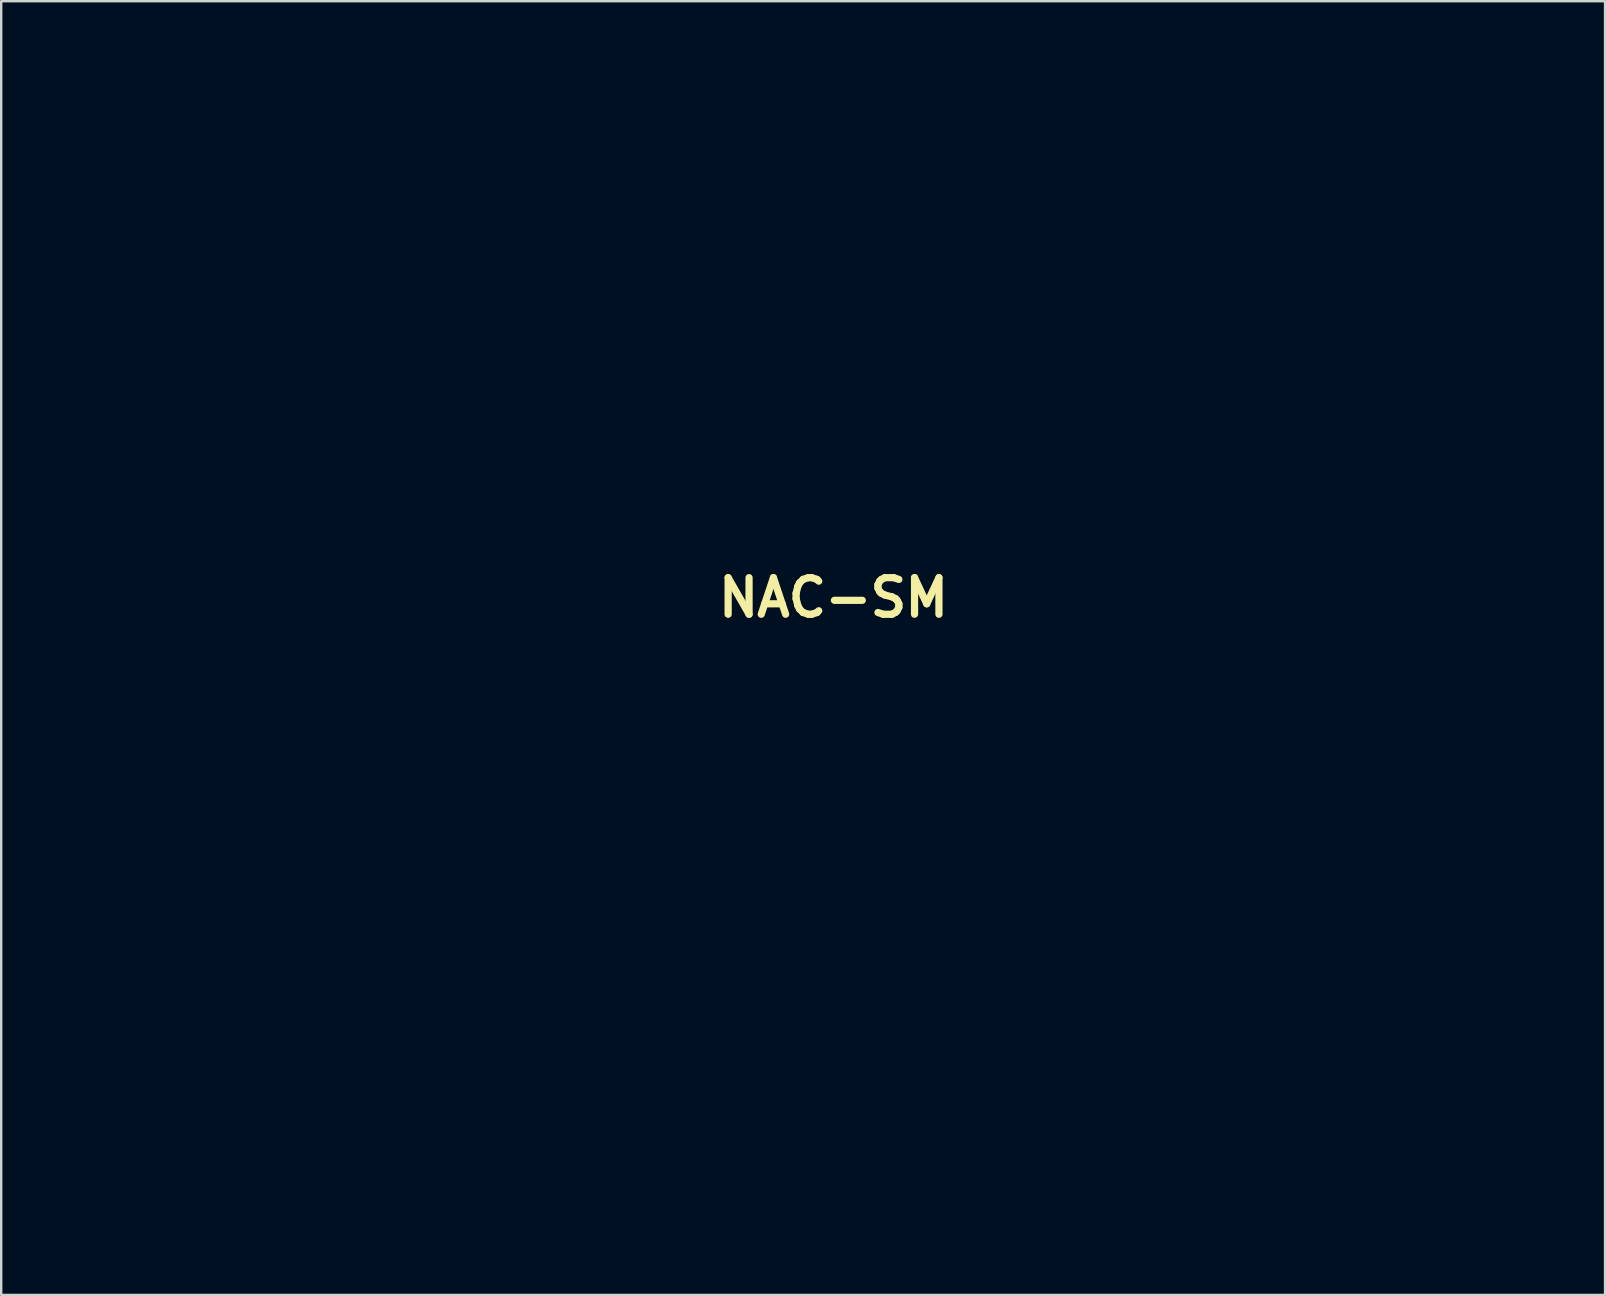
<source format=kicad_pcb>
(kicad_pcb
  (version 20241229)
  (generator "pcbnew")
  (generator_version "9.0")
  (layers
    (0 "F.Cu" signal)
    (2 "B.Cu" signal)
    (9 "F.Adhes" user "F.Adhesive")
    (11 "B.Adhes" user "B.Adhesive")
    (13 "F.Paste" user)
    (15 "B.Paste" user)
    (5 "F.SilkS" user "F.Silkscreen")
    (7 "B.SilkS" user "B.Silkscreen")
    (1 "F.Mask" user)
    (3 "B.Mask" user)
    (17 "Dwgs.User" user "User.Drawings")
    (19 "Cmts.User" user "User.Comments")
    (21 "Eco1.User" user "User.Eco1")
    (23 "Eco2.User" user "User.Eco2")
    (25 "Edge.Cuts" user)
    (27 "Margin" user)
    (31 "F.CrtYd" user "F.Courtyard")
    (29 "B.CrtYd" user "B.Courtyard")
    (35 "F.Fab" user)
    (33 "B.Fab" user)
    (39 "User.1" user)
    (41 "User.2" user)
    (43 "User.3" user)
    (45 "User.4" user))
  (footprint "NAC-SM"
    (layer "F.Cu")
    (at 31.674 21.849)
    (property "Reference" "NAC-SM" (at 0 0 0) (layer "F.SilkS") (effects (font (size 1.524 1.524) (thickness 0.3))))
    (attr through_hole)
    (fp_poly (pts (xy -2.665 -21.394) (xy -2.646 -21.285) (xy -2.67 -21.145) (xy -2.731 -20.904) (xy -2.802 -20.785) (xy -2.921 -20.746) (xy -3.021 -20.743) (xy -3.167 -20.76) (xy -3.209 -20.844) (xy -3.184 -21.014) (xy -3.087 -21.276) (xy -2.914 -21.4) (xy -2.766 -21.419) (xy -2.665 -21.394)) (stroke (width 0.01) (type solid)) (fill yes) (layer "F.Mask"))
    (fp_poly (pts (xy 0.754 -21.832) (xy 0.799 -21.762) (xy 0.76 -21.583) (xy 0.758 -21.575) (xy 0.637 -21.31) (xy 0.452 -21.186) (xy 0.312 -21.168) (xy 0.198 -21.215) (xy 0.199 -21.315) (xy 0.282 -21.599) (xy 0.348 -21.758) (xy 0.425 -21.827) (xy 0.54 -21.844) (xy 0.592 -21.844) (xy 0.754 -21.832)) (stroke (width 0.01) (type solid)) (fill yes) (layer "F.Mask"))
    (fp_poly (pts (xy 0.446 -20.718) (xy 0.508 -20.663) (xy 0.488 -20.553) (xy 0.434 -20.309) (xy 0.351 -19.959) (xy 0.247 -19.532) (xy 0.159 -19.175) (xy -0.19 -17.78) (xy -0.435 -17.78) (xy -0.605 -17.796) (xy -0.648 -17.879) (xy -0.622 -18.013) (xy -0.581 -18.176) (xy -0.507 -18.468) (xy -0.411 -18.852) (xy -0.301 -19.292) (xy -0.255 -19.473) (xy -0.136 -19.946) (xy -0.045 -20.28) (xy 0.027 -20.499) (xy 0.091 -20.629) (xy 0.158 -20.695) (xy 0.239 -20.722) (xy 0.28 -20.728) (xy 0.446 -20.718)) (stroke (width 0.01) (type solid)) (fill yes) (layer "F.Mask"))
    (fp_poly (pts (xy -2.95 -20.302) (xy -2.908 -20.22) (xy -2.926 -20.13) (xy -2.965 -19.981) (xy -3.038 -19.704) (xy -3.135 -19.334) (xy -3.247 -18.906) (xy -3.287 -18.754) (xy -3.41 -18.291) (xy -3.503 -17.966) (xy -3.576 -17.755) (xy -3.642 -17.632) (xy -3.712 -17.57) (xy -3.797 -17.546) (xy -3.831 -17.542) (xy -4.004 -17.552) (xy -4.064 -17.611) (xy -4.043 -17.723) (xy -3.985 -17.967) (xy -3.897 -18.315) (xy -3.787 -18.735) (xy -3.713 -19.014) (xy -3.581 -19.502) (xy -3.482 -19.85) (xy -3.405 -20.082) (xy -3.34 -20.222) (xy -3.276 -20.292) (xy -3.202 -20.317) (xy -3.119 -20.32) (xy -2.95 -20.302)) (stroke (width 0.01) (type solid)) (fill yes) (layer "F.Mask"))
    (fp_poly (pts (xy -2.814 -7.189) (xy -2.768 -7.181) (xy -2.601 -7.083) (xy -2.555 -6.962) (xy -2.528 -6.769) (xy -2.273 -6.983) (xy -2.032 -7.156) (xy -1.883 -7.188) (xy -1.823 -7.077) (xy -1.851 -6.821) (xy -1.876 -6.711) (xy -1.963 -6.472) (xy -2.06 -6.401) (xy -2.076 -6.405) (xy -2.262 -6.396) (xy -2.468 -6.276) (xy -2.636 -6.082) (xy -2.64 -6.073) (xy -2.706 -5.912) (xy -2.798 -5.633) (xy -2.902 -5.28) (xy -2.966 -5.043) (xy -3.066 -4.691) (xy -3.158 -4.409) (xy -3.232 -4.231) (xy -3.266 -4.187) (xy -3.407 -4.19) (xy -3.524 -4.208) (xy -3.594 -4.226) (xy -3.636 -4.266) (xy -3.647 -4.353) (xy -3.625 -4.514) (xy -3.569 -4.775) (xy -3.474 -5.161) (xy -3.414 -5.402) (xy -3.267 -5.992) (xy -3.154 -6.437) (xy -3.07 -6.758) (xy -3.006 -6.975) (xy -2.956 -7.106) (xy -2.911 -7.173) (xy -2.867 -7.193) (xy -2.814 -7.189)) (stroke (width 0.01) (type solid)) (fill yes) (layer "F.Mask"))
    (fp_poly (pts (xy -4.978 -13.953) (xy -4.734 -13.811) (xy -4.574 -13.543) (xy -4.512 -13.162) (xy -4.527 -12.902) (xy -4.617 -12.496) (xy -4.776 -12.078) (xy -4.979 -11.695) (xy -5.201 -11.395) (xy -5.366 -11.253) (xy -5.696 -11.12) (xy -6.021 -11.106) (xy -6.29 -11.209) (xy -6.345 -11.256) (xy -6.505 -11.528) (xy -6.564 -11.89) (xy -6.543 -12.149) (xy -6.039 -12.149) (xy -6.006 -11.842) (xy -5.896 -11.671) (xy -5.733 -11.637) (xy -5.542 -11.742) (xy -5.347 -11.986) (xy -5.278 -12.113) (xy -5.111 -12.53) (xy -5.039 -12.882) (xy -5.059 -13.151) (xy -5.168 -13.317) (xy -5.365 -13.361) (xy -5.44 -13.348) (xy -5.633 -13.222) (xy -5.81 -12.972) (xy -5.949 -12.641) (xy -6.029 -12.273) (xy -6.039 -12.149) (xy -6.543 -12.149) (xy -6.53 -12.307) (xy -6.414 -12.741) (xy -6.227 -13.157) (xy -5.977 -13.518) (xy -5.676 -13.786) (xy -5.648 -13.804) (xy -5.288 -13.955) (xy -4.978 -13.953)) (stroke (width 0.01) (type solid)) (fill yes) (layer "F.Mask"))
    (fp_poly (pts (xy -10.631 -7.883) (xy -10.386 -7.679) (xy -10.257 -7.379) (xy -10.245 -7.243) (xy -10.258 -7.042) (xy -10.328 -6.959) (xy -10.498 -6.943) (xy -10.499 -6.943) (xy -10.687 -6.971) (xy -10.751 -7.072) (xy -10.753 -7.102) (xy -10.824 -7.305) (xy -10.999 -7.416) (xy -11.173 -7.409) (xy -11.346 -7.28) (xy -11.506 -7.037) (xy -11.638 -6.728) (xy -11.725 -6.403) (xy -11.751 -6.112) (xy -11.698 -5.903) (xy -11.684 -5.885) (xy -11.523 -5.771) (xy -11.339 -5.807) (xy -11.115 -5.999) (xy -11.106 -6.009) (xy -10.91 -6.18) (xy -10.737 -6.22) (xy -10.688 -6.21) (xy -10.553 -6.167) (xy -10.513 -6.102) (xy -10.565 -5.972) (xy -10.676 -5.786) (xy -10.917 -5.511) (xy -11.218 -5.327) (xy -11.537 -5.249) (xy -11.829 -5.292) (xy -11.945 -5.358) (xy -12.173 -5.635) (xy -12.267 -6.009) (xy -12.228 -6.473) (xy -12.104 -6.891) (xy -11.893 -7.306) (xy -11.616 -7.642) (xy -11.302 -7.868) (xy -10.983 -7.958) (xy -10.96 -7.959) (xy -10.631 -7.883)) (stroke (width 0.01) (type solid)) (fill yes) (layer "F.Mask"))
    (fp_poly (pts (xy -5.262 -20.948) (xy -5.287 -20.757) (xy -5.295 -20.712) (xy -5.355 -20.504) (xy -5.47 -20.404) (xy -5.661 -20.358) (xy -5.889 -20.317) (xy -6.046 -20.283) (xy -6.059 -20.28) (xy -6.11 -20.193) (xy -6.194 -19.969) (xy -6.305 -19.634) (xy -6.432 -19.214) (xy -6.561 -18.762) (xy -6.971 -17.272) (xy -7.247 -17.272) (xy -7.431 -17.282) (xy -7.488 -17.345) (xy -7.454 -17.513) (xy -7.444 -17.547) (xy -7.391 -17.732) (xy -7.305 -18.039) (xy -7.196 -18.428) (xy -7.077 -18.857) (xy -7.063 -18.91) (xy -6.948 -19.322) (xy -6.847 -19.68) (xy -6.769 -19.949) (xy -6.724 -20.095) (xy -6.72 -20.107) (xy -6.735 -20.171) (xy -6.866 -20.188) (xy -7.074 -20.171) (xy -7.311 -20.149) (xy -7.418 -20.166) (xy -7.432 -20.239) (xy -7.408 -20.329) (xy -7.342 -20.518) (xy -7.261 -20.651) (xy -7.134 -20.743) (xy -6.927 -20.81) (xy -6.61 -20.87) (xy -6.25 -20.923) (xy -5.869 -20.975) (xy -5.554 -21.015) (xy -5.342 -21.036) (xy -5.265 -21.037) (xy -5.262 -20.948)) (stroke (width 0.01) (type solid)) (fill yes) (layer "F.Mask"))
    (fp_poly (pts (xy -6.652 -13.837) (xy -6.569 -13.713) (xy -6.531 -13.536) (xy -6.542 -13.282) (xy -6.603 -12.928) (xy -6.717 -12.449) (xy -6.787 -12.181) (xy -6.9 -11.761) (xy -6.984 -11.479) (xy -7.052 -11.306) (xy -7.119 -11.216) (xy -7.197 -11.181) (xy -7.295 -11.176) (xy -7.467 -11.195) (xy -7.534 -11.239) (xy -7.513 -11.344) (xy -7.455 -11.572) (xy -7.372 -11.883) (xy -7.323 -12.064) (xy -7.195 -12.564) (xy -7.13 -12.924) (xy -7.125 -13.165) (xy -7.181 -13.305) (xy -7.246 -13.35) (xy -7.43 -13.336) (xy -7.613 -13.153) (xy -7.794 -12.802) (xy -7.974 -12.282) (xy -8.024 -12.107) (xy -8.139 -11.707) (xy -8.228 -11.443) (xy -8.306 -11.288) (xy -8.385 -11.212) (xy -8.453 -11.191) (xy -8.619 -11.218) (xy -8.684 -11.286) (xy -8.677 -11.408) (xy -8.629 -11.666) (xy -8.544 -12.034) (xy -8.429 -12.485) (xy -8.292 -12.993) (xy -8.137 -13.533) (xy -8.076 -13.737) (xy -7.981 -13.844) (xy -7.826 -13.886) (xy -7.682 -13.858) (xy -7.62 -13.76) (xy -7.594 -13.692) (xy -7.494 -13.717) (xy -7.345 -13.802) (xy -7.052 -13.942) (xy -6.829 -13.949) (xy -6.652 -13.837)) (stroke (width 0.01) (type solid)) (fill yes) (layer "F.Mask"))
    (fp_poly (pts (xy -1.559 -20.537) (xy -1.365 -20.411) (xy -1.24 -20.189) (xy -1.219 -19.938) (xy -1.231 -19.885) (xy -1.343 -19.757) (xy -1.52 -19.737) (xy -1.695 -19.822) (xy -1.758 -19.897) (xy -1.888 -20.041) (xy -2.029 -20.035) (xy -2.199 -19.899) (xy -2.319 -19.716) (xy -2.276 -19.565) (xy -2.068 -19.44) (xy -1.944 -19.398) (xy -1.708 -19.292) (xy -1.54 -19.156) (xy -1.518 -19.123) (xy -1.464 -18.863) (xy -1.515 -18.541) (xy -1.653 -18.208) (xy -1.856 -17.917) (xy -2.049 -17.751) (xy -2.31 -17.633) (xy -2.603 -17.569) (xy -2.846 -17.574) (xy -2.879 -17.584) (xy -3.094 -17.747) (xy -3.205 -18.026) (xy -3.217 -18.177) (xy -3.201 -18.367) (xy -3.159 -18.457) (xy -3.154 -18.458) (xy -3.028 -18.479) (xy -2.907 -18.509) (xy -2.761 -18.512) (xy -2.7 -18.388) (xy -2.695 -18.36) (xy -2.603 -18.193) (xy -2.43 -18.125) (xy -2.24 -18.166) (xy -2.143 -18.254) (xy -2.039 -18.458) (xy -2.073 -18.622) (xy -2.256 -18.77) (xy -2.466 -18.869) (xy -2.901 -19.05) (xy -2.858 -19.43) (xy -2.747 -19.826) (xy -2.53 -20.161) (xy -2.238 -20.41) (xy -1.903 -20.544) (xy -1.559 -20.537)) (stroke (width 0.01) (type solid)) (fill yes) (layer "F.Mask"))
    (fp_poly (pts (xy 1.963 -20.888) (xy 2.028 -20.832) (xy 2.167 -20.614) (xy 2.199 -20.384) (xy 2.129 -20.192) (xy 1.965 -20.087) (xy 1.937 -20.083) (xy 1.754 -20.101) (xy 1.67 -20.231) (xy 1.572 -20.372) (xy 1.418 -20.401) (xy 1.258 -20.337) (xy 1.14 -20.2) (xy 1.115 -20.011) (xy 1.116 -20.007) (xy 1.211 -19.876) (xy 1.399 -19.772) (xy 1.406 -19.77) (xy 1.723 -19.626) (xy 1.896 -19.435) (xy 1.947 -19.177) (xy 1.871 -18.73) (xy 1.66 -18.328) (xy 1.344 -18.015) (xy 1.074 -17.87) (xy 0.874 -17.802) (xy 0.736 -17.797) (xy 0.564 -17.853) (xy 0.528 -17.868) (xy 0.339 -18.024) (xy 0.219 -18.276) (xy 0.199 -18.553) (xy 0.209 -18.602) (xy 0.313 -18.762) (xy 0.475 -18.804) (xy 0.631 -18.731) (xy 0.712 -18.584) (xy 0.814 -18.42) (xy 0.978 -18.378) (xy 1.161 -18.446) (xy 1.321 -18.613) (xy 1.395 -18.777) (xy 1.409 -18.903) (xy 1.337 -18.999) (xy 1.147 -19.103) (xy 1.076 -19.136) (xy 0.765 -19.294) (xy 0.593 -19.448) (xy 0.534 -19.632) (xy 0.553 -19.838) (xy 0.678 -20.217) (xy 0.884 -20.54) (xy 1.143 -20.787) (xy 1.428 -20.939) (xy 1.71 -20.979) (xy 1.963 -20.888)) (stroke (width 0.01) (type solid)) (fill yes) (layer "F.Mask"))
    (fp_poly (pts (xy -3.226 -14.753) (xy -3.242 -14.587) (xy -3.254 -14.521) (xy -3.305 -14.282) (xy -3.353 -14.105) (xy -3.358 -14.091) (xy -3.338 -13.992) (xy -3.226 -13.97) (xy -3.079 -13.917) (xy -3.048 -13.837) (xy -3.102 -13.609) (xy -3.234 -13.436) (xy -3.379 -13.377) (xy -3.465 -13.345) (xy -3.542 -13.23) (xy -3.623 -13.004) (xy -3.715 -12.661) (xy -3.816 -12.244) (xy -3.872 -11.964) (xy -3.884 -11.795) (xy -3.854 -11.71) (xy -3.784 -11.684) (xy -3.768 -11.684) (xy -3.666 -11.642) (xy -3.649 -11.497) (xy -3.694 -11.282) (xy -3.764 -11.151) (xy -3.913 -11.098) (xy -4.06 -11.091) (xy -4.28 -11.105) (xy -4.419 -11.14) (xy -4.431 -11.148) (xy -4.479 -11.275) (xy -4.472 -11.517) (xy -4.409 -11.888) (xy -4.287 -12.402) (xy -4.276 -12.446) (xy -4.172 -12.848) (xy -4.108 -13.113) (xy -4.081 -13.271) (xy -4.088 -13.349) (xy -4.128 -13.375) (xy -4.199 -13.377) (xy -4.2 -13.377) (xy -4.291 -13.414) (xy -4.291 -13.552) (xy -4.278 -13.61) (xy -4.231 -13.781) (xy -4.205 -13.852) (xy -4.129 -13.893) (xy -4.022 -13.951) (xy -3.889 -14.097) (xy -3.781 -14.348) (xy -3.764 -14.408) (xy -3.692 -14.643) (xy -3.597 -14.758) (xy -3.441 -14.802) (xy -3.436 -14.802) (xy -3.281 -14.81) (xy -3.226 -14.753)) (stroke (width 0.01) (type solid)) (fill yes) (layer "F.Mask"))
    (fp_poly (pts (xy 26.152 -13.75) (xy 26.798 -13.564) (xy 26.976 -13.481) (xy 27.604 -13.068) (xy 28.13 -12.525) (xy 28.55 -11.861) (xy 28.86 -11.084) (xy 29.057 -10.204) (xy 29.134 -9.227) (xy 29.135 -9.059) (xy 29.055 -8.163) (xy 28.824 -7.332) (xy 28.451 -6.579) (xy 27.942 -5.915) (xy 27.306 -5.354) (xy 26.624 -4.943) (xy 26.041 -4.721) (xy 25.432 -4.605) (xy 24.847 -4.601) (xy 24.408 -4.689) (xy 23.778 -4.98) (xy 23.186 -5.415) (xy 22.656 -5.968) (xy 22.208 -6.615) (xy 21.865 -7.33) (xy 21.716 -7.79) (xy 21.618 -8.357) (xy 21.588 -9.025) (xy 21.62 -9.741) (xy 21.711 -10.452) (xy 21.856 -11.107) (xy 21.874 -11.16) (xy 27.248 -11.16) (xy 27.299 -11.012) (xy 27.37 -10.848) (xy 27.485 -10.499) (xy 27.537 -10.084) (xy 27.543 -9.821) (xy 27.541 -9.186) (xy 27.711 -9.567) (xy 27.826 -9.886) (xy 27.908 -10.22) (xy 27.922 -10.313) (xy 27.931 -10.571) (xy 27.868 -10.753) (xy 27.731 -10.919) (xy 27.543 -11.087) (xy 27.374 -11.191) (xy 27.348 -11.2) (xy 27.265 -11.211) (xy 27.248 -11.16) (xy 21.874 -11.16) (xy 22.049 -11.65) (xy 22.407 -12.246) (xy 22.886 -12.76) (xy 23.457 -13.182) (xy 24.096 -13.501) (xy 24.775 -13.709) (xy 25.47 -13.795) (xy 26.152 -13.75)) (stroke (width 0.01) (type solid)) (fill yes) (layer "F.Mask"))
    (fp_poly (pts (xy -3.784 -7.25) (xy -3.679 -7.172) (xy -3.538 -7.031) (xy -3.465 -6.879) (xy -3.436 -6.654) (xy -3.433 -6.466) (xy -3.441 -6.153) (xy -3.467 -5.877) (xy -3.49 -5.753) (xy -3.534 -5.632) (xy -3.607 -5.575) (xy -3.755 -5.567) (xy -4.023 -5.595) (xy -4.04 -5.597) (xy -4.43 -5.644) (xy -4.681 -5.663) (xy -4.825 -5.647) (xy -4.891 -5.589) (xy -4.91 -5.482) (xy -4.911 -5.393) (xy -4.855 -5.107) (xy -4.71 -4.943) (xy -4.507 -4.915) (xy -4.277 -5.039) (xy -4.24 -5.074) (xy -4.034 -5.192) (xy -3.901 -5.191) (xy -3.769 -5.141) (xy -3.74 -5.061) (xy -3.814 -4.908) (xy -3.89 -4.789) (xy -4.152 -4.505) (xy -4.46 -4.349) (xy -4.776 -4.326) (xy -5.067 -4.445) (xy -5.171 -4.537) (xy -5.327 -4.817) (xy -5.388 -5.193) (xy -5.361 -5.627) (xy -5.254 -6.081) (xy -5.177 -6.266) (xy -4.691 -6.266) (xy -4.666 -6.193) (xy -4.518 -6.158) (xy -4.508 -6.157) (xy -4.193 -6.114) (xy -4.009 -6.114) (xy -3.922 -6.165) (xy -3.896 -6.279) (xy -3.895 -6.34) (xy -3.951 -6.592) (xy -4.094 -6.726) (xy -4.284 -6.737) (xy -4.481 -6.619) (xy -4.615 -6.434) (xy -4.691 -6.266) (xy -5.177 -6.266) (xy -5.074 -6.514) (xy -4.828 -6.889) (xy -4.712 -7.015) (xy -4.383 -7.26) (xy -4.074 -7.339) (xy -3.784 -7.25)) (stroke (width 0.01) (type solid)) (fill yes) (layer "F.Mask"))
    (fp_poly (pts (xy -0.782 -13.945) (xy -0.76 -13.926) (xy -0.668 -13.815) (xy -0.616 -13.668) (xy -0.605 -13.461) (xy -0.637 -13.169) (xy -0.713 -12.768) (xy -0.834 -12.232) (xy -0.859 -12.129) (xy -1.127 -11.007) (xy -1.377 -11.007) (xy -1.555 -11.033) (xy -1.585 -11.116) (xy -1.583 -11.121) (xy -1.598 -11.174) (xy -1.728 -11.135) (xy -1.846 -11.078) (xy -2.114 -10.959) (xy -2.298 -10.936) (xy -2.451 -11.01) (xy -2.54 -11.091) (xy -2.669 -11.283) (xy -2.702 -11.53) (xy -2.675 -11.689) (xy -2.156 -11.689) (xy -2.139 -11.62) (xy -2.033 -11.525) (xy -1.856 -11.524) (xy -1.67 -11.608) (xy -1.565 -11.716) (xy -1.442 -11.953) (xy -1.36 -12.174) (xy -1.286 -12.43) (xy -1.653 -12.305) (xy -1.939 -12.149) (xy -2.115 -11.932) (xy -2.156 -11.689) (xy -2.675 -11.689) (xy -2.643 -11.873) (xy -2.622 -11.954) (xy -2.442 -12.303) (xy -2.139 -12.574) (xy -1.755 -12.732) (xy -1.721 -12.739) (xy -1.372 -12.855) (xy -1.162 -13.044) (xy -1.101 -13.263) (xy -1.131 -13.406) (xy -1.254 -13.458) (xy -1.356 -13.462) (xy -1.576 -13.416) (xy -1.707 -13.254) (xy -1.709 -13.25) (xy -1.848 -13.081) (xy -2.046 -13.039) (xy -2.22 -13.049) (xy -2.274 -13.107) (xy -2.222 -13.253) (xy -2.167 -13.36) (xy -1.943 -13.669) (xy -1.655 -13.897) (xy -1.34 -14.029) (xy -1.037 -14.05) (xy -0.782 -13.945)) (stroke (width 0.01) (type solid)) (fill yes) (layer "F.Mask"))
    (fp_poly (pts (xy -8.7 -7.724) (xy -8.49 -7.584) (xy -8.387 -7.369) (xy -8.382 -7.303) (xy -8.401 -7.147) (xy -8.452 -6.881) (xy -8.527 -6.542) (xy -8.616 -6.164) (xy -8.711 -5.783) (xy -8.804 -5.433) (xy -8.885 -5.15) (xy -8.945 -4.969) (xy -8.974 -4.92) (xy -9.082 -4.947) (xy -9.186 -4.973) (xy -9.347 -5.039) (xy -9.401 -5.087) (xy -9.504 -5.111) (xy -9.699 -5.081) (xy -9.757 -5.065) (xy -9.993 -5.014) (xy -10.17 -5.048) (xy -10.292 -5.118) (xy -10.426 -5.222) (xy -10.485 -5.344) (xy -10.49 -5.541) (xy -10.477 -5.697) (xy -10.454 -5.789) (xy -9.994 -5.789) (xy -9.975 -5.613) (xy -9.934 -5.56) (xy -9.775 -5.503) (xy -9.564 -5.535) (xy -9.383 -5.643) (xy -9.375 -5.652) (xy -9.255 -5.846) (xy -9.18 -6.046) (xy -9.149 -6.209) (xy -9.197 -6.264) (xy -9.364 -6.242) (xy -9.401 -6.235) (xy -9.681 -6.133) (xy -9.887 -5.974) (xy -9.994 -5.789) (xy -10.454 -5.789) (xy -10.376 -6.1) (xy -10.155 -6.388) (xy -9.806 -6.57) (xy -9.497 -6.636) (xy -9.163 -6.724) (xy -8.959 -6.873) (xy -8.901 -7.069) (xy -8.923 -7.161) (xy -9.038 -7.262) (xy -9.225 -7.272) (xy -9.416 -7.197) (xy -9.512 -7.105) (xy -9.665 -6.988) (xy -9.854 -6.958) (xy -10.009 -7.017) (xy -10.052 -7.084) (xy -10.021 -7.203) (xy -9.902 -7.384) (xy -9.845 -7.452) (xy -9.588 -7.653) (xy -9.287 -7.762) (xy -8.978 -7.785) (xy -8.7 -7.724)) (stroke (width 0.01) (type solid)) (fill yes) (layer "F.Mask"))
    (fp_poly (pts (xy -0.642 -7.03) (xy -0.454 -6.943) (xy -0.328 -6.812) (xy -0.264 -6.616) (xy -0.258 -6.333) (xy -0.31 -5.941) (xy -0.416 -5.418) (xy -0.467 -5.193) (xy -0.583 -4.694) (xy -0.67 -4.338) (xy -0.737 -4.1) (xy -0.795 -3.958) (xy -0.854 -3.889) (xy -0.923 -3.869) (xy -1.014 -3.876) (xy -1.044 -3.88) (xy -1.213 -3.927) (xy -1.238 -4.024) (xy -1.234 -4.035) (xy -1.223 -4.129) (xy -1.249 -4.132) (xy -1.364 -4.074) (xy -1.539 -3.987) (xy -1.826 -3.916) (xy -2.09 -3.973) (xy -2.279 -4.147) (xy -2.299 -4.187) (xy -2.358 -4.482) (xy -2.321 -4.838) (xy -2.313 -4.861) (xy -1.8 -4.861) (xy -1.786 -4.628) (xy -1.668 -4.49) (xy -1.491 -4.459) (xy -1.3 -4.55) (xy -1.192 -4.677) (xy -1.084 -4.897) (xy -1.009 -5.104) (xy -0.938 -5.352) (xy -1.252 -5.293) (xy -1.544 -5.214) (xy -1.71 -5.094) (xy -1.792 -4.898) (xy -1.8 -4.861) (xy -2.313 -4.861) (xy -2.203 -5.186) (xy -2.047 -5.427) (xy -1.834 -5.606) (xy -1.558 -5.712) (xy -1.367 -5.749) (xy -1.037 -5.825) (xy -0.851 -5.94) (xy -0.78 -6.118) (xy -0.782 -6.265) (xy -0.86 -6.448) (xy -1.014 -6.506) (xy -1.204 -6.437) (xy -1.341 -6.306) (xy -1.512 -6.158) (xy -1.69 -6.103) (xy -1.828 -6.14) (xy -1.88 -6.27) (xy -1.876 -6.306) (xy -1.739 -6.638) (xy -1.484 -6.892) (xy -1.155 -7.043) (xy -0.793 -7.065) (xy -0.642 -7.03)) (stroke (width 0.01) (type solid)) (fill yes) (layer "F.Mask"))
    (fp_poly (pts (xy -4.61 -21.148) (xy -4.618 -21.06) (xy -4.664 -20.852) (xy -4.737 -20.567) (xy -4.747 -20.532) (xy -4.843 -20.181) (xy -4.891 -19.972) (xy -4.89 -19.886) (xy -4.837 -19.902) (xy -4.731 -19.999) (xy -4.703 -20.028) (xy -4.466 -20.182) (xy -4.203 -20.233) (xy -3.974 -20.175) (xy -3.894 -20.108) (xy -3.844 -20.015) (xy -3.826 -19.877) (xy -3.843 -19.671) (xy -3.899 -19.371) (xy -3.997 -18.954) (xy -4.119 -18.475) (xy -4.231 -18.066) (xy -4.323 -17.791) (xy -4.408 -17.623) (xy -4.5 -17.529) (xy -4.545 -17.504) (xy -4.713 -17.455) (xy -4.798 -17.47) (xy -4.8 -17.569) (xy -4.765 -17.798) (xy -4.699 -18.121) (xy -4.609 -18.498) (xy -4.498 -18.972) (xy -4.442 -19.304) (xy -4.444 -19.512) (xy -4.506 -19.614) (xy -4.629 -19.628) (xy -4.734 -19.603) (xy -4.87 -19.525) (xy -4.991 -19.369) (xy -5.108 -19.111) (xy -5.233 -18.727) (xy -5.331 -18.373) (xy -5.448 -17.946) (xy -5.543 -17.658) (xy -5.629 -17.481) (xy -5.722 -17.391) (xy -5.836 -17.359) (xy -5.893 -17.357) (xy -6.047 -17.384) (xy -6.069 -17.483) (xy -6.063 -17.505) (xy -6.026 -17.635) (xy -5.954 -17.897) (xy -5.855 -18.257) (xy -5.738 -18.685) (xy -5.673 -18.923) (xy -5.498 -19.568) (xy -5.361 -20.069) (xy -5.255 -20.445) (xy -5.173 -20.713) (xy -5.108 -20.894) (xy -5.054 -21.005) (xy -5.003 -21.067) (xy -4.948 -21.096) (xy -4.883 -21.113) (xy -4.859 -21.119) (xy -4.687 -21.152) (xy -4.61 -21.148)) (stroke (width 0.01) (type solid)) (fill yes) (layer "F.Mask"))
    (fp_poly (pts (xy 23.495 -16.099) (xy 23.902 -16.044) (xy 24.253 -15.942) (xy 24.342 -15.906) (xy 24.427 -15.863) (xy 24.437 -15.831) (xy 24.352 -15.806) (xy 24.153 -15.784) (xy 23.82 -15.764) (xy 23.41 -15.744) (xy 22.752 -15.703) (xy 22.221 -15.64) (xy 21.772 -15.543) (xy 21.363 -15.402) (xy 20.952 -15.206) (xy 20.65 -15.036) (xy 19.795 -14.442) (xy 19.042 -13.73) (xy 18.408 -12.923) (xy 17.908 -12.039) (xy 17.558 -11.098) (xy 17.556 -11.091) (xy 17.499 -10.854) (xy 17.457 -10.589) (xy 17.429 -10.268) (xy 17.411 -9.86) (xy 17.402 -9.333) (xy 17.401 -8.89) (xy 17.405 -8.193) (xy 17.423 -7.634) (xy 17.458 -7.181) (xy 17.518 -6.803) (xy 17.605 -6.468) (xy 17.725 -6.147) (xy 17.883 -5.806) (xy 17.886 -5.8) (xy 18.439 -4.869) (xy 19.109 -4.057) (xy 19.886 -3.372) (xy 20.763 -2.819) (xy 21.729 -2.406) (xy 22.777 -2.139) (xy 22.955 -2.109) (xy 23.439 -2.033) (xy 23.758 -1.974) (xy 23.915 -1.932) (xy 23.914 -1.903) (xy 23.758 -1.886) (xy 23.45 -1.877) (xy 23.283 -1.876) (xy 22.703 -1.89) (xy 22.201 -1.946) (xy 21.689 -2.055) (xy 21.632 -2.07) (xy 20.751 -2.332) (xy 20.013 -2.629) (xy 19.392 -2.974) (xy 18.863 -3.384) (xy 18.401 -3.874) (xy 18.226 -4.1) (xy 17.651 -5.021) (xy 17.221 -6.028) (xy 16.935 -7.124) (xy 16.793 -8.308) (xy 16.785 -9.386) (xy 16.812 -9.898) (xy 16.853 -10.301) (xy 16.918 -10.66) (xy 17.017 -11.034) (xy 17.101 -11.303) (xy 17.471 -12.291) (xy 17.902 -13.144) (xy 18.417 -13.892) (xy 19.034 -14.563) (xy 19.775 -15.186) (xy 19.878 -15.263) (xy 20.332 -15.564) (xy 20.776 -15.782) (xy 21.257 -15.933) (xy 21.822 -16.03) (xy 22.366 -16.081) (xy 22.995 -16.111) (xy 23.495 -16.099)) (stroke (width 0.01) (type solid)) (fill yes) (layer "F.Mask"))
    (fp_poly (pts (xy -7.522 -7.604) (xy -7.475 -7.535) (xy -7.496 -7.442) (xy -7.526 -7.331) (xy -7.493 -7.317) (xy -7.366 -7.401) (xy -7.297 -7.453) (xy -7.042 -7.575) (xy -6.798 -7.585) (xy -6.612 -7.488) (xy -6.543 -7.362) (xy -6.497 -7.234) (xy -6.426 -7.214) (xy -6.285 -7.303) (xy -6.204 -7.366) (xy -5.947 -7.512) (xy -5.712 -7.505) (xy -5.522 -7.404) (xy -5.407 -7.277) (xy -5.347 -7.083) (xy -5.346 -6.803) (xy -5.402 -6.416) (xy -5.517 -5.902) (xy -5.601 -5.577) (xy -5.714 -5.157) (xy -5.798 -4.875) (xy -5.867 -4.702) (xy -5.933 -4.612) (xy -6.012 -4.577) (xy -6.109 -4.572) (xy -6.282 -4.587) (xy -6.35 -4.62) (xy -6.331 -4.717) (xy -6.279 -4.942) (xy -6.204 -5.259) (xy -6.137 -5.53) (xy -6.045 -5.904) (xy -5.966 -6.226) (xy -5.911 -6.455) (xy -5.892 -6.537) (xy -5.912 -6.722) (xy -5.963 -6.822) (xy -6.08 -6.916) (xy -6.236 -6.874) (xy -6.239 -6.872) (xy -6.327 -6.813) (xy -6.405 -6.722) (xy -6.481 -6.579) (xy -6.564 -6.36) (xy -6.662 -6.043) (xy -6.783 -5.606) (xy -6.936 -5.031) (xy -7.004 -4.814) (xy -7.085 -4.723) (xy -7.223 -4.715) (xy -7.272 -4.722) (xy -7.518 -4.758) (xy -7.27 -5.702) (xy -7.147 -6.195) (xy -7.076 -6.549) (xy -7.057 -6.787) (xy -7.088 -6.929) (xy -7.169 -6.999) (xy -7.21 -7.01) (xy -7.378 -6.979) (xy -7.535 -6.815) (xy -7.689 -6.506) (xy -7.845 -6.043) (xy -7.926 -5.748) (xy -8.032 -5.347) (xy -8.11 -5.084) (xy -8.174 -4.933) (xy -8.237 -4.865) (xy -8.313 -4.857) (xy -8.381 -4.871) (xy -8.55 -4.921) (xy -8.621 -4.952) (xy -8.609 -5.039) (xy -8.56 -5.26) (xy -8.479 -5.589) (xy -8.375 -5.995) (xy -8.304 -6.263) (xy -8.186 -6.704) (xy -8.085 -7.084) (xy -8.009 -7.375) (xy -7.966 -7.548) (xy -7.959 -7.583) (xy -7.885 -7.609) (xy -7.706 -7.62) (xy -7.699 -7.62) (xy -7.522 -7.604)) (stroke (width 0.01) (type solid)) (fill yes) (layer "F.Mask"))
    (fp_poly (pts (xy 4.022 1.67) (xy 7.535 2.708) (xy 8.277 2.929) (xy 8.968 3.136) (xy 9.592 3.325) (xy 10.133 3.491) (xy 10.573 3.628) (xy 10.894 3.731) (xy 11.081 3.795) (xy 11.122 3.813) (xy 11.127 3.917) (xy 11.084 4.142) (xy 11 4.453) (xy 10.922 4.698) (xy 10.795 5.069) (xy 10.701 5.305) (xy 10.625 5.433) (xy 10.551 5.48) (xy 10.468 5.474) (xy 10.254 5.431) (xy 9.94 5.375) (xy 9.561 5.313) (xy 9.151 5.249) (xy 8.745 5.189) (xy 8.377 5.138) (xy 8.082 5.101) (xy 7.895 5.083) (xy 7.846 5.084) (xy 7.8 5.19) (xy 7.719 5.431) (xy 7.611 5.778) (xy 7.484 6.207) (xy 7.344 6.689) (xy 7.2 7.199) (xy 7.059 7.709) (xy 6.928 8.193) (xy 6.815 8.624) (xy 6.728 8.976) (xy 6.672 9.222) (xy 6.657 9.334) (xy 6.658 9.337) (xy 6.726 9.439) (xy 6.873 9.653) (xy 7.081 9.954) (xy 7.333 10.314) (xy 7.498 10.551) (xy 8.278 11.662) (xy 8.34 17.568) (xy 8.099 18.058) (xy 7.913 18.399) (xy 7.728 18.617) (xy 7.5 18.736) (xy 7.187 18.781) (xy 6.808 18.779) (xy 6.146 18.754) (xy 5.881 18.406) (xy 5.703 18.108) (xy 5.514 17.687) (xy 5.33 17.188) (xy 5.166 16.655) (xy 5.035 16.132) (xy 4.953 15.665) (xy 4.94 15.543) (xy 4.906 15.238) (xy 4.864 15.012) (xy 4.823 14.905) (xy 4.816 14.901) (xy 4.718 14.917) (xy 4.465 14.962) (xy 4.068 15.035) (xy 3.537 15.134) (xy 2.883 15.256) (xy 2.115 15.401) (xy 1.246 15.564) (xy 0.284 15.746) (xy -0.758 15.943) (xy -1.872 16.154) (xy -3.045 16.377) (xy -4.268 16.609) (xy -5.53 16.849) (xy -6.821 17.094) (xy -8.129 17.343) (xy -9.445 17.594) (xy -10.758 17.844) (xy -12.057 18.092) (xy -13.332 18.336) (xy -14.572 18.573) (xy -15.767 18.802) (xy -16.906 19.02) (xy -17.979 19.226) (xy -18.975 19.417) (xy -19.883 19.592) (xy -20.693 19.748) (xy -21.395 19.884) (xy -21.977 19.997) (xy -22.43 20.086) (xy -22.743 20.149) (xy -22.904 20.182) (xy -22.925 20.188) (xy -22.944 20.28) (xy -22.975 20.522) (xy -23.016 20.891) (xy -23.065 21.37) (xy -23.121 21.938) (xy -23.181 22.574) (xy -23.224 23.05) (xy -23.285 23.722) (xy -23.343 24.338) (xy -23.394 24.879) (xy -23.438 25.324) (xy -23.472 25.655) (xy -23.495 25.85) (xy -23.503 25.896) (xy -23.593 25.916) (xy -23.811 25.943) (xy -24.118 25.972) (xy -24.255 25.983) (xy -24.981 26.04) (xy -28.286 23.912) (xy -28.96 23.477) (xy -29.591 23.069) (xy -30.165 22.696) (xy -30.668 22.369) (xy -31.083 22.097) (xy -31.399 21.889) (xy -31.599 21.755) (xy -31.668 21.705) (xy -31.669 21.615) (xy -31.653 21.37) (xy -31.623 20.985) (xy -31.579 20.474) (xy -31.524 19.852) (xy -31.458 19.133) (xy -31.383 18.332) (xy -31.3 17.461) (xy -31.211 16.537) (xy -31.117 15.572) (xy -31.02 14.582) (xy -30.921 13.581) (xy -30.821 12.582) (xy -30.722 11.6) (xy -30.626 10.65) (xy -30.533 9.745) (xy -30.445 8.9) (xy -30.364 8.129) (xy -30.29 7.447) (xy -30.226 6.868) (xy -30.173 6.405) (xy -30.132 6.074) (xy -30.105 5.888) (xy -30.095 5.853) (xy -30.002 5.823) (xy -29.784 5.775) (xy -29.484 5.718) (xy -29.411 5.705) (xy -28.761 5.592) (xy -25.535 8.172) (xy -22.31 10.753) (xy -21.929 10.71) (xy -21.797 10.699) (xy -21.506 10.677) (xy -21.069 10.646) (xy -20.495 10.606) (xy -19.795 10.557) (xy -18.98 10.501) (xy -18.061 10.439) (xy -17.049 10.37) (xy -15.954 10.296) (xy -14.788 10.218) (xy -13.561 10.135) (xy -12.284 10.05) (xy -11.345 9.987) (xy -10.041 9.9) (xy -8.781 9.816) (xy -7.576 9.734) (xy -6.435 9.657) (xy -5.371 9.584) (xy -4.392 9.517) (xy -3.512 9.457) (xy -2.739 9.403) (xy -2.084 9.356) (xy -1.559 9.319) (xy -1.173 9.29) (xy -0.938 9.271) (xy -0.868 9.264) (xy -0.667 9.209) (xy -0.607 9.111) (xy -0.682 8.946) (xy -0.802 8.792) (xy -1.01 8.447) (xy -1.167 7.994) (xy -1.255 7.488) (xy -1.268 7.202) (xy -1.245 6.947) (xy -1.182 6.564) (xy -1.087 6.086) (xy -0.965 5.549) (xy -0.891 5.249) (xy -0.774 4.772) (xy -0.679 4.353) (xy -0.611 4.018) (xy -0.575 3.795) (xy -0.576 3.712) (xy -0.671 3.671) (xy -0.904 3.589) (xy -1.248 3.474) (xy -1.681 3.335) (xy -2.176 3.179) (xy -2.328 3.131) (xy -2.838 2.971) (xy -3.293 2.825) (xy -3.668 2.7) (xy -3.939 2.605) (xy -4.08 2.548) (xy -4.093 2.54) (xy -4.112 2.421) (xy -4.07 2.195) (xy -3.982 1.908) (xy -3.865 1.605) (xy -3.735 1.328) (xy -3.608 1.124) (xy -3.56 1.072) (xy -3.344 0.873) (xy 4.022 1.67)) (stroke (width 0.01) (type solid)) (fill yes) (layer "F.Mask")))
  (gr_rect
    (start -3 -3)
    (end 63.814 50.894)
    (stroke (width 0.1) (type default))
    (fill no)
    (layer "Edge.Cuts")))
</source>
